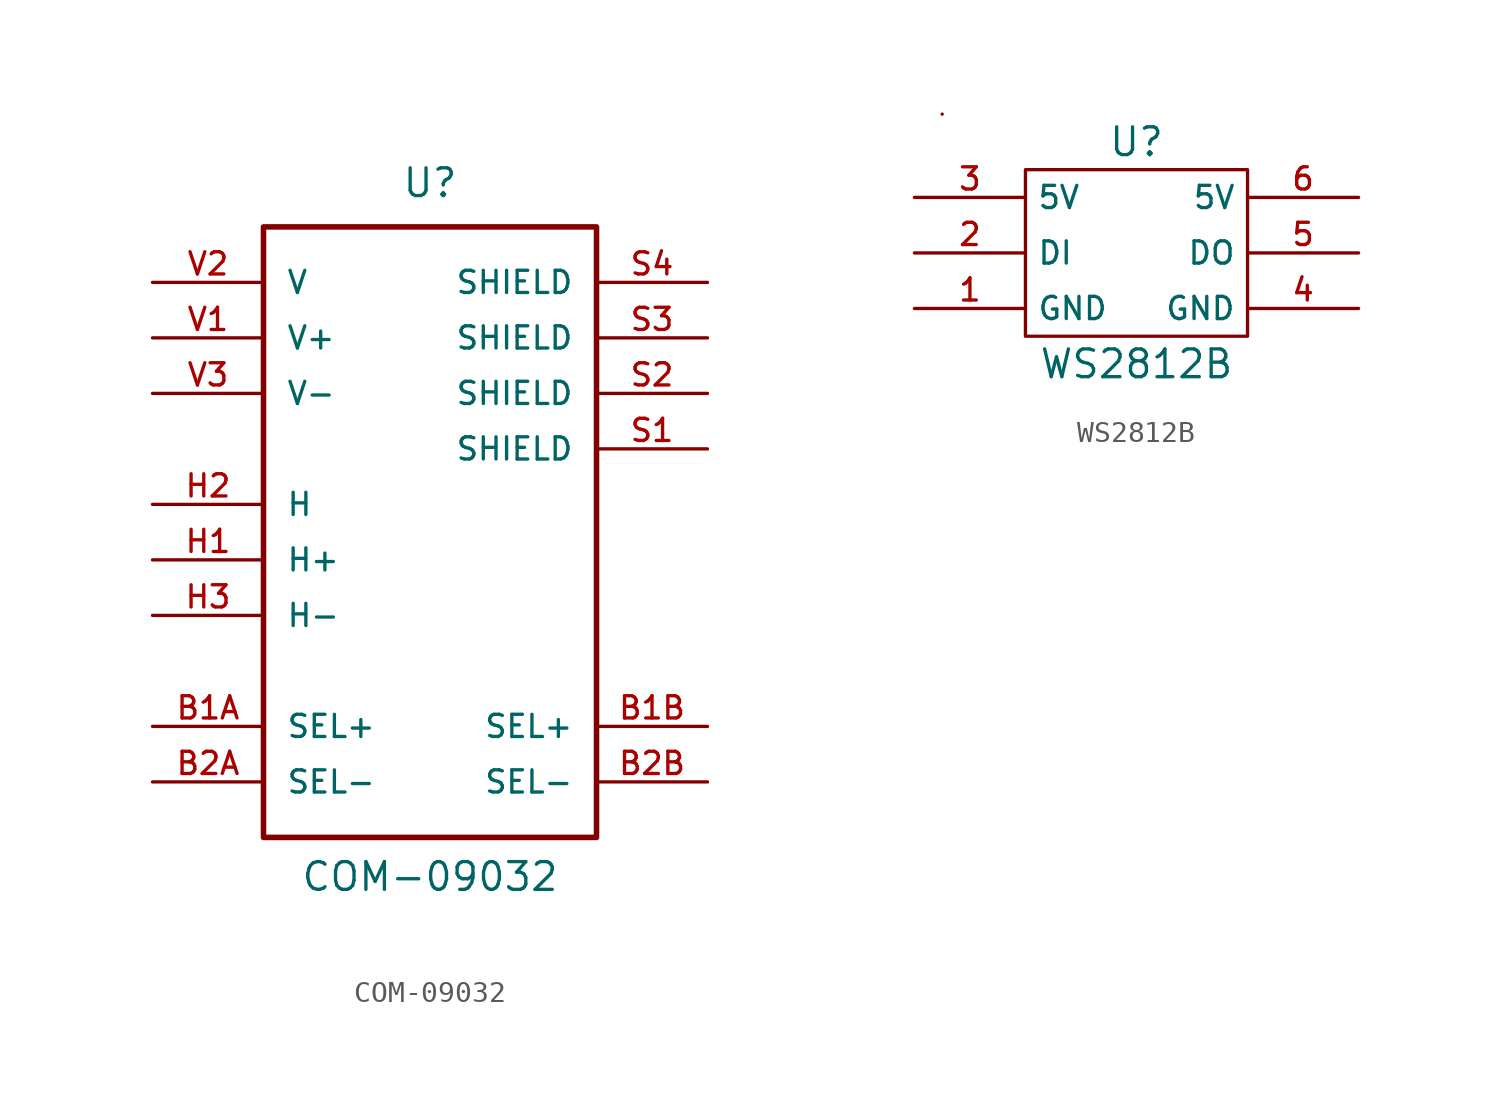
<source format=kicad_sym>
(kicad_symbol_lib
  (version 20211014)
  (generator kicad_symbol_editor)
  (symbol "COM-09032"
    (pin_names
      (offset 1.016))
    (property "Reference" "U"
      (at 0 16.51 0)
      (effects (font (size 1.27 1.27)) (justify bottom)))
    (property "Value" "COM-09032"
      (at 0 -15.24 0)
      (effects (font (size 1.27 1.27)) (justify bottom)))
    (symbol "COM-09032_0_0"
      (rectangle (start -7.62 15.24) (end 7.62 -12.7) (stroke (width 0.254) (type default) (color 0 0 0 0)) (fill (type none)))
      (pin passive line (at -12.7 -7.62 0) (length 5.08) (name "SEL+" (effects (font (size 1.016 1.016)))) (number "B1A" (effects (font (size 1.016 1.016)))))
      (pin passive line (at 12.7 -7.62 180) (length 5.08) (name "SEL+" (effects (font (size 1.016 1.016)))) (number "B1B" (effects (font (size 1.016 1.016)))))
      (pin passive line (at -12.7 -10.16 0) (length 5.08) (name "SEL-" (effects (font (size 1.016 1.016)))) (number "B2A" (effects (font (size 1.016 1.016)))))
      (pin passive line (at 12.7 -10.16 180) (length 5.08) (name "SEL-" (effects (font (size 1.016 1.016)))) (number "B2B" (effects (font (size 1.016 1.016)))))
      (pin passive line (at -12.7 0 0) (length 5.08) (name "H+" (effects (font (size 1.016 1.016)))) (number "H1" (effects (font (size 1.016 1.016)))))
      (pin passive line (at -12.7 2.54 0) (length 5.08) (name "H" (effects (font (size 1.016 1.016)))) (number "H2" (effects (font (size 1.016 1.016)))))
      (pin passive line (at -12.7 -2.54 0) (length 5.08) (name "H-" (effects (font (size 1.016 1.016)))) (number "H3" (effects (font (size 1.016 1.016)))))
      (pin passive line (at 12.7 5.08 180) (length 5.08) (name "SHIELD" (effects (font (size 1.016 1.016)))) (number "S1" (effects (font (size 1.016 1.016)))))
      (pin passive line (at 12.7 7.62 180) (length 5.08) (name "SHIELD" (effects (font (size 1.016 1.016)))) (number "S2" (effects (font (size 1.016 1.016)))))
      (pin passive line (at 12.7 10.16 180) (length 5.08) (name "SHIELD" (effects (font (size 1.016 1.016)))) (number "S3" (effects (font (size 1.016 1.016)))))
      (pin passive line (at 12.7 12.7 180) (length 5.08) (name "SHIELD" (effects (font (size 1.016 1.016)))) (number "S4" (effects (font (size 1.016 1.016)))))
      (pin passive line (at -12.7 10.16 0) (length 5.08) (name "V+" (effects (font (size 1.016 1.016)))) (number "V1" (effects (font (size 1.016 1.016)))))
      (pin passive line (at -12.7 12.7 0) (length 5.08) (name "V" (effects (font (size 1.016 1.016)))) (number "V2" (effects (font (size 1.016 1.016)))))
      (pin passive line (at -12.7 7.62 0) (length 5.08) (name "V-" (effects (font (size 1.016 1.016)))) (number "V3" (effects (font (size 1.016 1.016)))))))
  (symbol "WS2812B"
    (property "Reference" "U"
      (at 0 5.08 0)
      (effects (font (size 1.27 1.27))))
    (property "Value" "WS2812B"
      (at 0 -5.08 0)
      (effects (font (size 1.27 1.27))))
    (symbol "WS2812B_0_0"
      (pin bidirectional line (at -10.16 -2.54 0) (length 5.08) (name "GND" (effects (font (size 1.016 1.016)))) (number "1" (effects (font (size 1.016 1.016)))))
      (pin bidirectional line (at -10.16 0 0) (length 5.08) (name "DI" (effects (font (size 1.016 1.016)))) (number "2" (effects (font (size 1.016 1.016)))))
      (pin bidirectional line (at -10.16 2.54 0) (length 5.08) (name "5V" (effects (font (size 1.016 1.016)))) (number "3" (effects (font (size 1.016 1.016)))))
      (pin bidirectional line (at 10.16 -2.54 180) (length 5.08) (name "GND" (effects (font (size 1.016 1.016)))) (number "4" (effects (font (size 1.016 1.016)))))
      (pin bidirectional line (at 10.16 0 180) (length 5.08) (name "DO" (effects (font (size 1.016 1.016)))) (number "5" (effects (font (size 1.016 1.016)))))
      (pin bidirectional line (at 10.16 2.54 180) (length 5.08) (name "5V" (effects (font (size 1.016 1.016)))) (number "6" (effects (font (size 1.016 1.016))))))
    (symbol "WS2812B_0_1"
      (rectangle (start -8.89 6.35) (end -8.89 6.35) (stroke (width 0) (type default) (color 0 0 0 0)) (fill (type none)))
      (rectangle (start -5.08 3.81) (end 5.08 -3.81) (stroke (width 0) (type default) (color 0 0 0 0)) (fill (type none))))))
</source>
